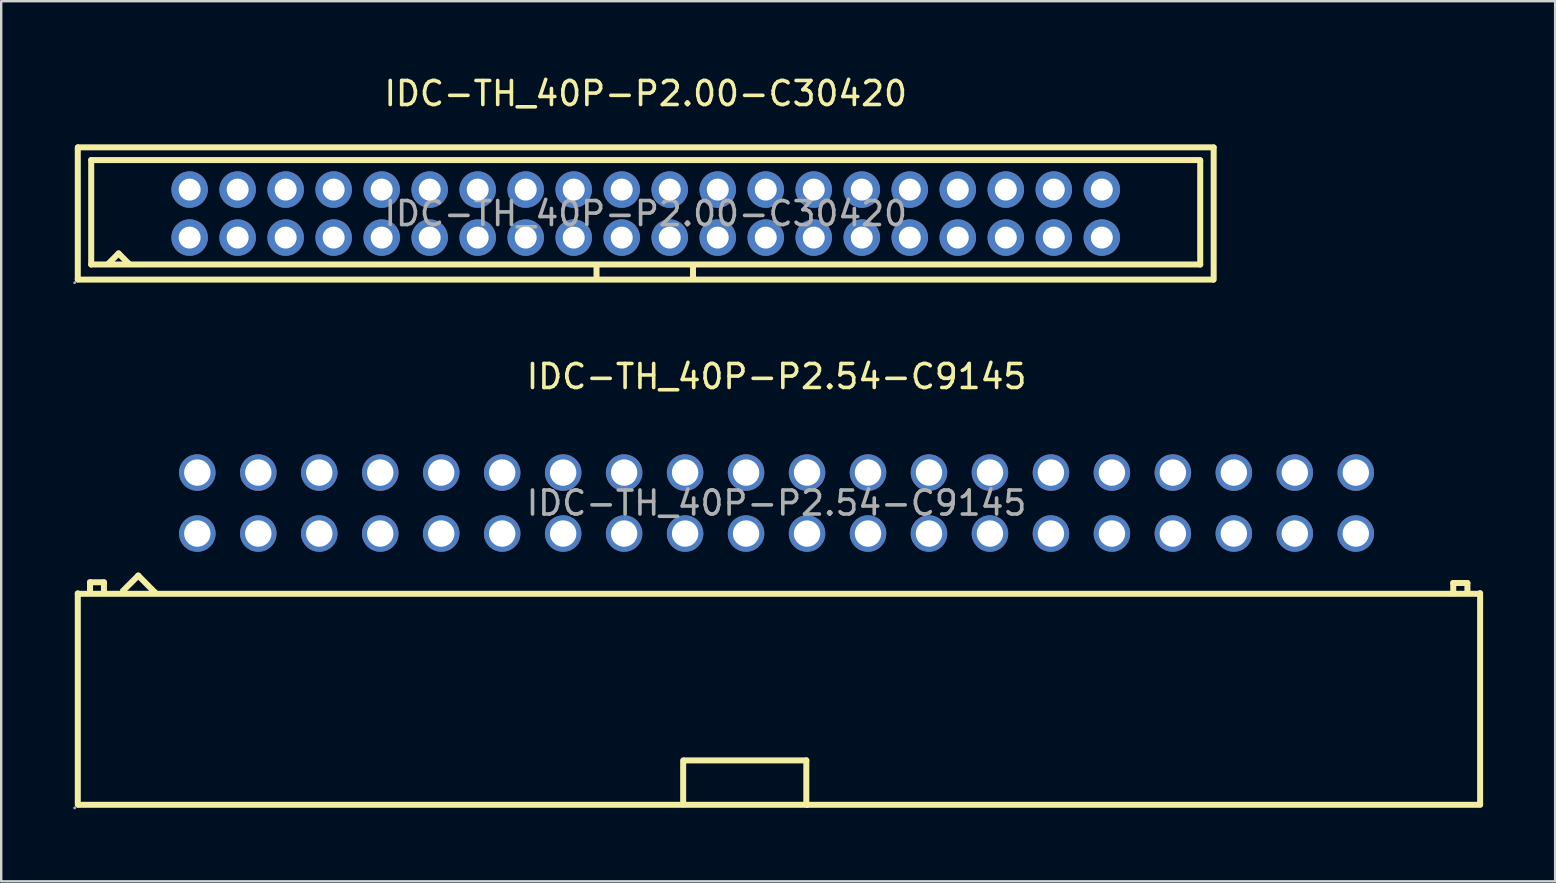
<source format=kicad_pcb>
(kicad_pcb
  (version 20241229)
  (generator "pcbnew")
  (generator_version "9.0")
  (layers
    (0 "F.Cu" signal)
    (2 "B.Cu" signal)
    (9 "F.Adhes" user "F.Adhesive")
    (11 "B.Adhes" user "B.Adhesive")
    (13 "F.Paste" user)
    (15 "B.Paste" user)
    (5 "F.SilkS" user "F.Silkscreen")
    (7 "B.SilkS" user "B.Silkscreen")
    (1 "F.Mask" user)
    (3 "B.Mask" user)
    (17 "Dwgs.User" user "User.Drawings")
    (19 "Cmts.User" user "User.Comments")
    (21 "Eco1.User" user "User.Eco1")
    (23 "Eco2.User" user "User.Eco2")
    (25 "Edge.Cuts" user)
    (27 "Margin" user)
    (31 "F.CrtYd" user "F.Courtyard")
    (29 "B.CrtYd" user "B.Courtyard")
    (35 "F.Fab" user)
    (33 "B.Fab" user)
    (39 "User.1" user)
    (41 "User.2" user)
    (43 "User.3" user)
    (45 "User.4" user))
  (footprint "IDC-TH_40P-P2.00-C30420"
    (layer "F.Cu")
    (at 23.85 5.848)
    (property "Reference" "IDC-TH_40P-P2.00-C30420" (at 0 -5 0) (layer "F.SilkS") (effects (font (size 1 1) (thickness 0.15))))
    (attr through_hole)
    (fp_line (start -23.66 -2.76) (end -23.66 2.74) (stroke (width 0.25) (type solid)) (layer "F.SilkS"))
    (fp_line (start -23.66 2.75) (end 23.64 2.75) (stroke (width 0.25) (type solid)) (layer "F.SilkS"))
    (fp_line (start -23.64 -2.76) (end 23.66 -2.76) (stroke (width 0.25) (type solid)) (layer "F.SilkS"))
    (fp_line (start -23.1 -2.23) (end -23.1 2.12) (stroke (width 0.25) (type solid)) (layer "F.SilkS"))
    (fp_line (start -23.1 -2.23) (end 23.1 -2.23) (stroke (width 0.25) (type solid)) (layer "F.SilkS"))
    (fp_line (start -23.1 2.12) (end 23.1 2.12) (stroke (width 0.25) (type solid)) (layer "F.SilkS"))
    (fp_line (start -22.37 2.07) (end -21.96 1.66) (stroke (width 0.25) (type solid)) (layer "F.SilkS"))
    (fp_line (start -21.96 1.66) (end -21.53 2.09) (stroke (width 0.25) (type solid)) (layer "F.SilkS"))
    (fp_line (start -2.05 2.17) (end -2.05 2.7) (stroke (width 0.25) (type solid)) (layer "F.SilkS"))
    (fp_line (start 1.97 2.19) (end 1.97 2.7) (stroke (width 0.25) (type solid)) (layer "F.SilkS"))
    (fp_line (start 23.1 -2.2) (end 23.1 2.12) (stroke (width 0.25) (type solid)) (layer "F.SilkS"))
    (fp_line (start 23.66 -2.75) (end 23.66 2.75) (stroke (width 0.25) (type solid)) (layer "F.SilkS"))
    (fp_circle (center -23.79 2.88) (end -23.76 2.88) (stroke (width 0.06) (type solid)) (fill no) (layer "F.Fab"))
    (fp_circle (center -19 -1) (end -18.82 -1) (stroke (width 0.36) (type solid)) (fill no) (layer "F.Fab"))
    (fp_circle (center -19 1) (end -18.82 1) (stroke (width 0.36) (type solid)) (fill no) (layer "F.Fab"))
    (fp_circle (center -17 -1) (end -16.82 -1) (stroke (width 0.36) (type solid)) (fill no) (layer "F.Fab"))
    (fp_circle (center -17 1) (end -16.82 1) (stroke (width 0.36) (type solid)) (fill no) (layer "F.Fab"))
    (fp_circle (center -15 -1) (end -14.82 -1) (stroke (width 0.36) (type solid)) (fill no) (layer "F.Fab"))
    (fp_circle (center -15 1) (end -14.82 1) (stroke (width 0.36) (type solid)) (fill no) (layer "F.Fab"))
    (fp_circle (center -13 -1) (end -12.82 -1) (stroke (width 0.36) (type solid)) (fill no) (layer "F.Fab"))
    (fp_circle (center -13 1) (end -12.82 1) (stroke (width 0.36) (type solid)) (fill no) (layer "F.Fab"))
    (fp_circle (center -11 -1) (end -10.82 -1) (stroke (width 0.36) (type solid)) (fill no) (layer "F.Fab"))
    (fp_circle (center -11 1) (end -10.82 1) (stroke (width 0.36) (type solid)) (fill no) (layer "F.Fab"))
    (fp_circle (center -9 -1) (end -8.82 -1) (stroke (width 0.36) (type solid)) (fill no) (layer "F.Fab"))
    (fp_circle (center -9 1) (end -8.82 1) (stroke (width 0.36) (type solid)) (fill no) (layer "F.Fab"))
    (fp_circle (center -7 -1) (end -6.82 -1) (stroke (width 0.36) (type solid)) (fill no) (layer "F.Fab"))
    (fp_circle (center -7 1) (end -6.82 1) (stroke (width 0.36) (type solid)) (fill no) (layer "F.Fab"))
    (fp_circle (center -5 -1) (end -4.82 -1) (stroke (width 0.36) (type solid)) (fill no) (layer "F.Fab"))
    (fp_circle (center -5 1) (end -4.82 1) (stroke (width 0.36) (type solid)) (fill no) (layer "F.Fab"))
    (fp_circle (center -3 -1) (end -2.82 -1) (stroke (width 0.36) (type solid)) (fill no) (layer "F.Fab"))
    (fp_circle (center -3 1) (end -2.82 1) (stroke (width 0.36) (type solid)) (fill no) (layer "F.Fab"))
    (fp_circle (center -1 -1) (end -0.82 -1) (stroke (width 0.36) (type solid)) (fill no) (layer "F.Fab"))
    (fp_circle (center -1 1) (end -0.82 1) (stroke (width 0.36) (type solid)) (fill no) (layer "F.Fab"))
    (fp_circle (center 1 -1) (end 1.18 -1) (stroke (width 0.36) (type solid)) (fill no) (layer "F.Fab"))
    (fp_circle (center 1 1) (end 1.18 1) (stroke (width 0.36) (type solid)) (fill no) (layer "F.Fab"))
    (fp_circle (center 3 -1) (end 3.18 -1) (stroke (width 0.36) (type solid)) (fill no) (layer "F.Fab"))
    (fp_circle (center 3 1) (end 3.18 1) (stroke (width 0.36) (type solid)) (fill no) (layer "F.Fab"))
    (fp_circle (center 5 -1) (end 5.18 -1) (stroke (width 0.36) (type solid)) (fill no) (layer "F.Fab"))
    (fp_circle (center 5 1) (end 5.18 1) (stroke (width 0.36) (type solid)) (fill no) (layer "F.Fab"))
    (fp_circle (center 7 -1) (end 7.18 -1) (stroke (width 0.36) (type solid)) (fill no) (layer "F.Fab"))
    (fp_circle (center 7 1) (end 7.18 1) (stroke (width 0.36) (type solid)) (fill no) (layer "F.Fab"))
    (fp_circle (center 9 -1) (end 9.18 -1) (stroke (width 0.36) (type solid)) (fill no) (layer "F.Fab"))
    (fp_circle (center 9 1) (end 9.18 1) (stroke (width 0.36) (type solid)) (fill no) (layer "F.Fab"))
    (fp_circle (center 11 -1) (end 11.18 -1) (stroke (width 0.36) (type solid)) (fill no) (layer "F.Fab"))
    (fp_circle (center 11 1) (end 11.18 1) (stroke (width 0.36) (type solid)) (fill no) (layer "F.Fab"))
    (fp_circle (center 13 -1) (end 13.18 -1) (stroke (width 0.36) (type solid)) (fill no) (layer "F.Fab"))
    (fp_circle (center 13 1) (end 13.18 1) (stroke (width 0.36) (type solid)) (fill no) (layer "F.Fab"))
    (fp_circle (center 15 -1) (end 15.18 -1) (stroke (width 0.36) (type solid)) (fill no) (layer "F.Fab"))
    (fp_circle (center 15 1) (end 15.18 1) (stroke (width 0.36) (type solid)) (fill no) (layer "F.Fab"))
    (fp_circle (center 17 -1) (end 17.18 -1) (stroke (width 0.36) (type solid)) (fill no) (layer "F.Fab"))
    (fp_circle (center 17 1) (end 17.18 1) (stroke (width 0.36) (type solid)) (fill no) (layer "F.Fab"))
    (fp_circle (center 19 -1) (end 19.18 -1) (stroke (width 0.36) (type solid)) (fill no) (layer "F.Fab"))
    (fp_circle (center 19 1) (end 19.18 1) (stroke (width 0.36) (type solid)) (fill no) (layer "F.Fab"))
    (fp_text user "${REFERENCE}" (at 0 0 0) (layer "F.Fab") (effects (font (size 1 1) (thickness 0.15))))
    (pad "1" thru_hole circle (at -19 1) (size 1.52 1.52) (drill 0.914) (layers "*.Cu" "*.Paste" "*.Mask"))
    (pad "2" thru_hole circle (at -19 -1) (size 1.52 1.52) (drill 0.914) (layers "*.Cu" "*.Paste" "*.Mask"))
    (pad "3" thru_hole circle (at -17 1) (size 1.52 1.52) (drill 0.914) (layers "*.Cu" "*.Paste" "*.Mask"))
    (pad "4" thru_hole circle (at -17 -1) (size 1.52 1.52) (drill 0.914) (layers "*.Cu" "*.Paste" "*.Mask"))
    (pad "5" thru_hole circle (at -15 1) (size 1.52 1.52) (drill 0.914) (layers "*.Cu" "*.Paste" "*.Mask"))
    (pad "6" thru_hole circle (at -15 -1) (size 1.52 1.52) (drill 0.914) (layers "*.Cu" "*.Paste" "*.Mask"))
    (pad "7" thru_hole circle (at -13 1) (size 1.52 1.52) (drill 0.914) (layers "*.Cu" "*.Paste" "*.Mask"))
    (pad "8" thru_hole circle (at -13 -1) (size 1.52 1.52) (drill 0.914) (layers "*.Cu" "*.Paste" "*.Mask"))
    (pad "9" thru_hole circle (at -11 1) (size 1.52 1.52) (drill 0.914) (layers "*.Cu" "*.Paste" "*.Mask"))
    (pad "10" thru_hole circle (at -11 -1) (size 1.52 1.52) (drill 0.914) (layers "*.Cu" "*.Paste" "*.Mask"))
    (pad "11" thru_hole circle (at -9 1) (size 1.52 1.52) (drill 0.914) (layers "*.Cu" "*.Paste" "*.Mask"))
    (pad "12" thru_hole circle (at -9 -1) (size 1.52 1.52) (drill 0.914) (layers "*.Cu" "*.Paste" "*.Mask"))
    (pad "13" thru_hole circle (at -7 1) (size 1.52 1.52) (drill 0.914) (layers "*.Cu" "*.Paste" "*.Mask"))
    (pad "14" thru_hole circle (at -7 -1) (size 1.52 1.52) (drill 0.914) (layers "*.Cu" "*.Paste" "*.Mask"))
    (pad "15" thru_hole circle (at -5 1) (size 1.52 1.52) (drill 0.914) (layers "*.Cu" "*.Paste" "*.Mask"))
    (pad "16" thru_hole circle (at -5 -1) (size 1.52 1.52) (drill 0.914) (layers "*.Cu" "*.Paste" "*.Mask"))
    (pad "17" thru_hole circle (at -3 1) (size 1.52 1.52) (drill 0.914) (layers "*.Cu" "*.Paste" "*.Mask"))
    (pad "18" thru_hole circle (at -3 -1) (size 1.52 1.52) (drill 0.914) (layers "*.Cu" "*.Paste" "*.Mask"))
    (pad "19" thru_hole circle (at -1 1) (size 1.52 1.52) (drill 0.914) (layers "*.Cu" "*.Paste" "*.Mask"))
    (pad "20" thru_hole circle (at -1 -1) (size 1.52 1.52) (drill 0.914) (layers "*.Cu" "*.Paste" "*.Mask"))
    (pad "21" thru_hole circle (at 1 1) (size 1.52 1.52) (drill 0.914) (layers "*.Cu" "*.Paste" "*.Mask"))
    (pad "22" thru_hole circle (at 1 -1) (size 1.52 1.52) (drill 0.914) (layers "*.Cu" "*.Paste" "*.Mask"))
    (pad "23" thru_hole circle (at 3 1) (size 1.52 1.52) (drill 0.914) (layers "*.Cu" "*.Paste" "*.Mask"))
    (pad "24" thru_hole circle (at 3 -1) (size 1.52 1.52) (drill 0.914) (layers "*.Cu" "*.Paste" "*.Mask"))
    (pad "25" thru_hole circle (at 5 1) (size 1.52 1.52) (drill 0.914) (layers "*.Cu" "*.Paste" "*.Mask"))
    (pad "26" thru_hole circle (at 5 -1) (size 1.52 1.52) (drill 0.914) (layers "*.Cu" "*.Paste" "*.Mask"))
    (pad "27" thru_hole circle (at 7 1) (size 1.52 1.52) (drill 0.914) (layers "*.Cu" "*.Paste" "*.Mask"))
    (pad "28" thru_hole circle (at 7 -1) (size 1.52 1.52) (drill 0.914) (layers "*.Cu" "*.Paste" "*.Mask"))
    (pad "29" thru_hole circle (at 9 1) (size 1.52 1.52) (drill 0.914) (layers "*.Cu" "*.Paste" "*.Mask"))
    (pad "30" thru_hole circle (at 9 -1) (size 1.52 1.52) (drill 0.914) (layers "*.Cu" "*.Paste" "*.Mask"))
    (pad "31" thru_hole circle (at 11 1) (size 1.52 1.52) (drill 0.914) (layers "*.Cu" "*.Paste" "*.Mask"))
    (pad "32" thru_hole circle (at 11 -1) (size 1.52 1.52) (drill 0.914) (layers "*.Cu" "*.Paste" "*.Mask"))
    (pad "33" thru_hole circle (at 13 1) (size 1.52 1.52) (drill 0.914) (layers "*.Cu" "*.Paste" "*.Mask"))
    (pad "34" thru_hole circle (at 13 -1) (size 1.52 1.52) (drill 0.914) (layers "*.Cu" "*.Paste" "*.Mask"))
    (pad "35" thru_hole circle (at 15 1) (size 1.52 1.52) (drill 0.914) (layers "*.Cu" "*.Paste" "*.Mask"))
    (pad "36" thru_hole circle (at 15 -1) (size 1.52 1.52) (drill 0.914) (layers "*.Cu" "*.Paste" "*.Mask"))
    (pad "37" thru_hole circle (at 17 1) (size 1.52 1.52) (drill 0.914) (layers "*.Cu" "*.Paste" "*.Mask"))
    (pad "38" thru_hole circle (at 17 -1) (size 1.52 1.52) (drill 0.914) (layers "*.Cu" "*.Paste" "*.Mask"))
    (pad "39" thru_hole circle (at 19 1) (size 1.52 1.52) (drill 0.914) (layers "*.Cu" "*.Paste" "*.Mask"))
    (pad "40" thru_hole circle (at 19 -1) (size 1.52 1.52) (drill 0.914) (layers "*.Cu" "*.Paste" "*.Mask")))
  (footprint "IDC-TH_40P-P2.54-C9145"
    (layer "F.Cu")
    (at 29.3 17.907)
    (property "Reference" "IDC-TH_40P-P2.54-C9145" (at 0 -5.27 0) (layer "F.SilkS") (effects (font (size 1 1) (thickness 0.15))))
    (attr through_hole)
    (fp_line (start -29.11 3.76) (end -29.11 12.56) (stroke (width 0.25) (type solid)) (layer "F.SilkS"))
    (fp_line (start -29.11 3.78) (end 29.29 3.78) (stroke (width 0.25) (type solid)) (layer "F.SilkS"))
    (fp_line (start -29.09 12.57) (end 29.31 12.57) (stroke (width 0.25) (type solid)) (layer "F.SilkS"))
    (fp_line (start -28.6 3.3) (end -28.02 3.3) (stroke (width 0.25) (type solid)) (layer "F.SilkS"))
    (fp_line (start -28.6 3.73) (end -28.6 3.3) (stroke (width 0.25) (type solid)) (layer "F.SilkS"))
    (fp_line (start -28.02 3.3) (end -28.02 3.71) (stroke (width 0.25) (type solid)) (layer "F.SilkS"))
    (fp_line (start -27.23 3.66) (end -26.59 3.02) (stroke (width 0.25) (type solid)) (layer "F.SilkS"))
    (fp_line (start -26.59 3.02) (end -25.91 3.71) (stroke (width 0.25) (type solid)) (layer "F.SilkS"))
    (fp_line (start -25.91 3.71) (end -25.91 3.73) (stroke (width 0.25) (type solid)) (layer "F.SilkS"))
    (fp_line (start -3.89 10.72) (end -3.89 12.52) (stroke (width 0.25) (type solid)) (layer "F.SilkS"))
    (fp_line (start -3.89 12.52) (end -3.91 12.55) (stroke (width 0.25) (type solid)) (layer "F.SilkS"))
    (fp_line (start -3.84 10.72) (end 1.24 10.72) (stroke (width 0.25) (type solid)) (layer "F.SilkS"))
    (fp_line (start 1.24 10.72) (end 1.24 12.55) (stroke (width 0.25) (type solid)) (layer "F.SilkS"))
    (fp_line (start 1.24 12.55) (end 1.27 12.57) (stroke (width 0.25) (type solid)) (layer "F.SilkS"))
    (fp_line (start 28.19 3.33) (end 28.78 3.33) (stroke (width 0.25) (type solid)) (layer "F.SilkS"))
    (fp_line (start 28.19 3.76) (end 28.19 3.33) (stroke (width 0.25) (type solid)) (layer "F.SilkS"))
    (fp_line (start 28.78 3.33) (end 28.78 3.73) (stroke (width 0.25) (type solid)) (layer "F.SilkS"))
    (fp_line (start 29.31 3.75) (end 29.31 12.55) (stroke (width 0.25) (type solid)) (layer "F.SilkS"))
    (fp_circle (center -29.24 12.7) (end -29.21 12.7) (stroke (width 0.06) (type solid)) (fill no) (layer "F.Fab"))
    (fp_circle (center -24.13 -1.27) (end -23.9 -1.27) (stroke (width 0.45) (type solid)) (fill no) (layer "F.Fab"))
    (fp_circle (center -24.13 1.27) (end -23.9 1.27) (stroke (width 0.45) (type solid)) (fill no) (layer "F.Fab"))
    (fp_circle (center -21.59 -1.27) (end -21.36 -1.27) (stroke (width 0.45) (type solid)) (fill no) (layer "F.Fab"))
    (fp_circle (center -21.59 1.27) (end -21.36 1.27) (stroke (width 0.45) (type solid)) (fill no) (layer "F.Fab"))
    (fp_circle (center -19.05 -1.27) (end -18.82 -1.27) (stroke (width 0.45) (type solid)) (fill no) (layer "F.Fab"))
    (fp_circle (center -19.05 1.27) (end -18.82 1.27) (stroke (width 0.45) (type solid)) (fill no) (layer "F.Fab"))
    (fp_circle (center -16.51 -1.27) (end -16.28 -1.27) (stroke (width 0.45) (type solid)) (fill no) (layer "F.Fab"))
    (fp_circle (center -16.51 1.27) (end -16.28 1.27) (stroke (width 0.45) (type solid)) (fill no) (layer "F.Fab"))
    (fp_circle (center -13.97 -1.27) (end -13.74 -1.27) (stroke (width 0.45) (type solid)) (fill no) (layer "F.Fab"))
    (fp_circle (center -13.97 1.27) (end -13.74 1.27) (stroke (width 0.45) (type solid)) (fill no) (layer "F.Fab"))
    (fp_circle (center -11.43 -1.27) (end -11.2 -1.27) (stroke (width 0.45) (type solid)) (fill no) (layer "F.Fab"))
    (fp_circle (center -11.43 1.27) (end -11.2 1.27) (stroke (width 0.45) (type solid)) (fill no) (layer "F.Fab"))
    (fp_circle (center -8.89 -1.27) (end -8.66 -1.27) (stroke (width 0.45) (type solid)) (fill no) (layer "F.Fab"))
    (fp_circle (center -8.89 1.27) (end -8.66 1.27) (stroke (width 0.45) (type solid)) (fill no) (layer "F.Fab"))
    (fp_circle (center -6.35 -1.27) (end -6.12 -1.27) (stroke (width 0.45) (type solid)) (fill no) (layer "F.Fab"))
    (fp_circle (center -6.35 1.27) (end -6.12 1.27) (stroke (width 0.45) (type solid)) (fill no) (layer "F.Fab"))
    (fp_circle (center -3.81 -1.27) (end -3.58 -1.27) (stroke (width 0.45) (type solid)) (fill no) (layer "F.Fab"))
    (fp_circle (center -3.81 1.27) (end -3.58 1.27) (stroke (width 0.45) (type solid)) (fill no) (layer "F.Fab"))
    (fp_circle (center -1.27 -1.27) (end -1.04 -1.27) (stroke (width 0.45) (type solid)) (fill no) (layer "F.Fab"))
    (fp_circle (center -1.27 1.27) (end -1.04 1.27) (stroke (width 0.45) (type solid)) (fill no) (layer "F.Fab"))
    (fp_circle (center 1.27 -1.27) (end 1.5 -1.27) (stroke (width 0.45) (type solid)) (fill no) (layer "F.Fab"))
    (fp_circle (center 1.27 1.27) (end 1.5 1.27) (stroke (width 0.45) (type solid)) (fill no) (layer "F.Fab"))
    (fp_circle (center 3.81 -1.27) (end 4.04 -1.27) (stroke (width 0.45) (type solid)) (fill no) (layer "F.Fab"))
    (fp_circle (center 3.81 1.27) (end 4.04 1.27) (stroke (width 0.45) (type solid)) (fill no) (layer "F.Fab"))
    (fp_circle (center 6.35 -1.27) (end 6.58 -1.27) (stroke (width 0.45) (type solid)) (fill no) (layer "F.Fab"))
    (fp_circle (center 6.35 1.27) (end 6.58 1.27) (stroke (width 0.45) (type solid)) (fill no) (layer "F.Fab"))
    (fp_circle (center 8.89 -1.27) (end 9.12 -1.27) (stroke (width 0.45) (type solid)) (fill no) (layer "F.Fab"))
    (fp_circle (center 8.89 1.27) (end 9.12 1.27) (stroke (width 0.45) (type solid)) (fill no) (layer "F.Fab"))
    (fp_circle (center 11.43 -1.27) (end 11.66 -1.27) (stroke (width 0.45) (type solid)) (fill no) (layer "F.Fab"))
    (fp_circle (center 11.43 1.27) (end 11.66 1.27) (stroke (width 0.45) (type solid)) (fill no) (layer "F.Fab"))
    (fp_circle (center 13.97 -1.27) (end 14.2 -1.27) (stroke (width 0.45) (type solid)) (fill no) (layer "F.Fab"))
    (fp_circle (center 13.97 1.27) (end 14.2 1.27) (stroke (width 0.45) (type solid)) (fill no) (layer "F.Fab"))
    (fp_circle (center 16.51 -1.27) (end 16.74 -1.27) (stroke (width 0.45) (type solid)) (fill no) (layer "F.Fab"))
    (fp_circle (center 16.51 1.27) (end 16.74 1.27) (stroke (width 0.45) (type solid)) (fill no) (layer "F.Fab"))
    (fp_circle (center 19.05 -1.27) (end 19.28 -1.27) (stroke (width 0.45) (type solid)) (fill no) (layer "F.Fab"))
    (fp_circle (center 19.05 1.27) (end 19.28 1.27) (stroke (width 0.45) (type solid)) (fill no) (layer "F.Fab"))
    (fp_circle (center 21.59 -1.27) (end 21.82 -1.27) (stroke (width 0.45) (type solid)) (fill no) (layer "F.Fab"))
    (fp_circle (center 21.59 1.27) (end 21.82 1.27) (stroke (width 0.45) (type solid)) (fill no) (layer "F.Fab"))
    (fp_circle (center 24.13 -1.27) (end 24.36 -1.27) (stroke (width 0.45) (type solid)) (fill no) (layer "F.Fab"))
    (fp_circle (center 24.13 1.27) (end 24.36 1.27) (stroke (width 0.45) (type solid)) (fill no) (layer "F.Fab"))
    (fp_text user "${REFERENCE}" (at 0 0 0) (layer "F.Fab") (effects (font (size 1 1) (thickness 0.15))))
    (pad "1" thru_hole circle (at -24.13 1.27) (size 1.52 1.52) (drill 1.1) (layers "*.Cu" "*.Paste" "*.Mask"))
    (pad "2" thru_hole circle (at -24.13 -1.27) (size 1.52 1.52) (drill 1.1) (layers "*.Cu" "*.Paste" "*.Mask"))
    (pad "3" thru_hole circle (at -21.59 1.27) (size 1.52 1.52) (drill 1.1) (layers "*.Cu" "*.Paste" "*.Mask"))
    (pad "4" thru_hole circle (at -21.59 -1.27) (size 1.52 1.52) (drill 1.1) (layers "*.Cu" "*.Paste" "*.Mask"))
    (pad "5" thru_hole circle (at -19.05 1.27) (size 1.52 1.52) (drill 1.1) (layers "*.Cu" "*.Paste" "*.Mask"))
    (pad "6" thru_hole circle (at -19.05 -1.27) (size 1.52 1.52) (drill 1.1) (layers "*.Cu" "*.Paste" "*.Mask"))
    (pad "7" thru_hole circle (at -16.51 1.27) (size 1.52 1.52) (drill 1.1) (layers "*.Cu" "*.Paste" "*.Mask"))
    (pad "8" thru_hole circle (at -16.51 -1.27) (size 1.52 1.52) (drill 1.1) (layers "*.Cu" "*.Paste" "*.Mask"))
    (pad "9" thru_hole circle (at -13.97 1.27) (size 1.52 1.52) (drill 1.1) (layers "*.Cu" "*.Paste" "*.Mask"))
    (pad "10" thru_hole circle (at -13.97 -1.27) (size 1.52 1.52) (drill 1.1) (layers "*.Cu" "*.Paste" "*.Mask"))
    (pad "11" thru_hole circle (at -11.43 1.27) (size 1.52 1.52) (drill 1.1) (layers "*.Cu" "*.Paste" "*.Mask"))
    (pad "12" thru_hole circle (at -11.43 -1.27) (size 1.52 1.52) (drill 1.1) (layers "*.Cu" "*.Paste" "*.Mask"))
    (pad "13" thru_hole circle (at -8.89 1.27) (size 1.52 1.52) (drill 1.1) (layers "*.Cu" "*.Paste" "*.Mask"))
    (pad "14" thru_hole circle (at -8.89 -1.27) (size 1.52 1.52) (drill 1.1) (layers "*.Cu" "*.Paste" "*.Mask"))
    (pad "15" thru_hole circle (at -6.35 1.27) (size 1.52 1.52) (drill 1.1) (layers "*.Cu" "*.Paste" "*.Mask"))
    (pad "16" thru_hole circle (at -6.35 -1.27) (size 1.52 1.52) (drill 1.1) (layers "*.Cu" "*.Paste" "*.Mask"))
    (pad "17" thru_hole circle (at -3.81 1.27) (size 1.52 1.52) (drill 1.1) (layers "*.Cu" "*.Paste" "*.Mask"))
    (pad "18" thru_hole circle (at -3.81 -1.27) (size 1.52 1.52) (drill 1.1) (layers "*.Cu" "*.Paste" "*.Mask"))
    (pad "19" thru_hole circle (at -1.27 1.27) (size 1.52 1.52) (drill 1.1) (layers "*.Cu" "*.Paste" "*.Mask"))
    (pad "20" thru_hole circle (at -1.27 -1.27) (size 1.52 1.52) (drill 1.1) (layers "*.Cu" "*.Paste" "*.Mask"))
    (pad "21" thru_hole circle (at 1.27 1.27) (size 1.52 1.52) (drill 1.1) (layers "*.Cu" "*.Paste" "*.Mask"))
    (pad "22" thru_hole circle (at 1.27 -1.27) (size 1.52 1.52) (drill 1.1) (layers "*.Cu" "*.Paste" "*.Mask"))
    (pad "23" thru_hole circle (at 3.81 1.27) (size 1.52 1.52) (drill 1.1) (layers "*.Cu" "*.Paste" "*.Mask"))
    (pad "24" thru_hole circle (at 3.81 -1.27) (size 1.52 1.52) (drill 1.1) (layers "*.Cu" "*.Paste" "*.Mask"))
    (pad "25" thru_hole circle (at 6.35 1.27) (size 1.52 1.52) (drill 1.1) (layers "*.Cu" "*.Paste" "*.Mask"))
    (pad "26" thru_hole circle (at 6.35 -1.27) (size 1.52 1.52) (drill 1.1) (layers "*.Cu" "*.Paste" "*.Mask"))
    (pad "27" thru_hole circle (at 8.89 1.27) (size 1.52 1.52) (drill 1.1) (layers "*.Cu" "*.Paste" "*.Mask"))
    (pad "28" thru_hole circle (at 8.89 -1.27) (size 1.52 1.52) (drill 1.1) (layers "*.Cu" "*.Paste" "*.Mask"))
    (pad "29" thru_hole circle (at 11.43 1.27) (size 1.52 1.52) (drill 1.1) (layers "*.Cu" "*.Paste" "*.Mask"))
    (pad "30" thru_hole circle (at 11.43 -1.27) (size 1.52 1.52) (drill 1.1) (layers "*.Cu" "*.Paste" "*.Mask"))
    (pad "31" thru_hole circle (at 13.97 1.27) (size 1.52 1.52) (drill 1.1) (layers "*.Cu" "*.Paste" "*.Mask"))
    (pad "32" thru_hole circle (at 13.97 -1.27) (size 1.52 1.52) (drill 1.1) (layers "*.Cu" "*.Paste" "*.Mask"))
    (pad "33" thru_hole circle (at 16.51 1.27) (size 1.52 1.52) (drill 1.1) (layers "*.Cu" "*.Paste" "*.Mask"))
    (pad "34" thru_hole circle (at 16.51 -1.27) (size 1.52 1.52) (drill 1.1) (layers "*.Cu" "*.Paste" "*.Mask"))
    (pad "35" thru_hole circle (at 19.05 1.27) (size 1.52 1.52) (drill 1.1) (layers "*.Cu" "*.Paste" "*.Mask"))
    (pad "36" thru_hole circle (at 19.05 -1.27) (size 1.52 1.52) (drill 1.1) (layers "*.Cu" "*.Paste" "*.Mask"))
    (pad "37" thru_hole circle (at 21.59 1.27) (size 1.52 1.52) (drill 1.1) (layers "*.Cu" "*.Paste" "*.Mask"))
    (pad "38" thru_hole circle (at 21.59 -1.27) (size 1.52 1.52) (drill 1.1) (layers "*.Cu" "*.Paste" "*.Mask"))
    (pad "39" thru_hole circle (at 24.13 1.27) (size 1.52 1.52) (drill 1.1) (layers "*.Cu" "*.Paste" "*.Mask"))
    (pad "40" thru_hole circle (at 24.13 -1.27) (size 1.52 1.52) (drill 1.1) (layers "*.Cu" "*.Paste" "*.Mask")))
  (gr_rect
    (start -3 -3)
    (end 61.735 33.666)
    (stroke (width 0.1) (type default))
    (fill no)
    (layer "Edge.Cuts")))
</source>
